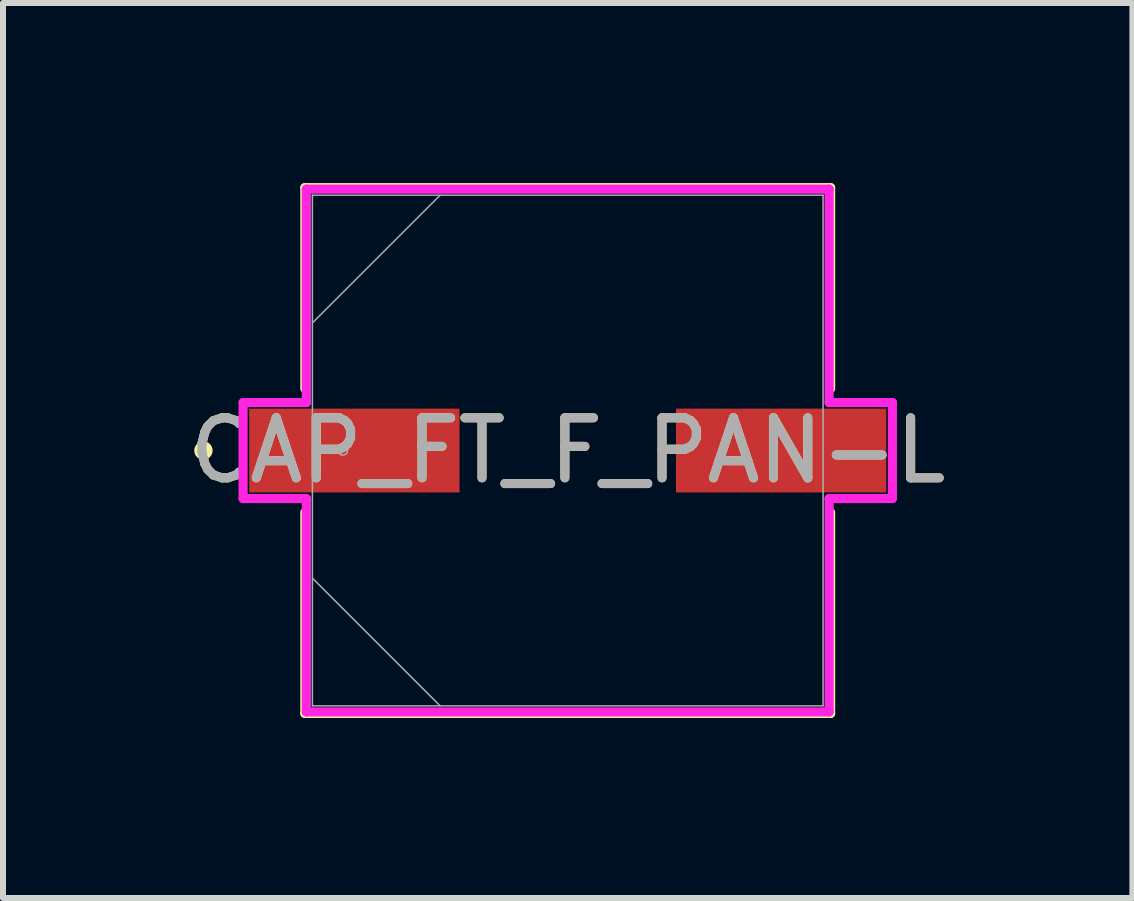
<source format=kicad_pcb>
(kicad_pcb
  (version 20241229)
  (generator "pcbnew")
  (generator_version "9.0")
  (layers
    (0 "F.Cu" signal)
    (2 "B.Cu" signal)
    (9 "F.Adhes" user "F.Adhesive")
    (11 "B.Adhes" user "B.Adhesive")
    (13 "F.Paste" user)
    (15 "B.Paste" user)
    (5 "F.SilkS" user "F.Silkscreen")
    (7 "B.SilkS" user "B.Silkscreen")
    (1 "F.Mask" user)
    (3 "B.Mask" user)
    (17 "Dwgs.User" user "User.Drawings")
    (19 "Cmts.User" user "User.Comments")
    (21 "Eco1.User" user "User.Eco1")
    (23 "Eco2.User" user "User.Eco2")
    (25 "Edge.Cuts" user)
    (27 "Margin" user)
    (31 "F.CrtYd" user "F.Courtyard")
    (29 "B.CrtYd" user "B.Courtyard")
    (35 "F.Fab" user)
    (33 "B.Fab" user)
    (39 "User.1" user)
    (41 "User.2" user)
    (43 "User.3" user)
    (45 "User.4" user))
  (footprint "CAP_FT_F_PAN-L"
    (layer "F.Cu")
    (at 6.411 4.458)
    (property "Reference" "CAP_FT_F_PAN-L" (at 0 0 0) (unlocked yes) (layer "F.SilkS") (effects (font (size 1 1) (thickness 0.15))))
    (attr smd)
    (fp_line (start -4.381 -4.381) (end -4.381 -1.031) (stroke (width 0.152) (type solid)) (layer "F.SilkS"))
    (fp_line (start -4.381 1.031) (end -4.381 4.381) (stroke (width 0.152) (type solid)) (layer "F.SilkS"))
    (fp_line (start -4.381 4.381) (end 4.381 4.381) (stroke (width 0.152) (type solid)) (layer "F.SilkS"))
    (fp_line (start 4.381 -4.381) (end -4.381 -4.381) (stroke (width 0.152) (type solid)) (layer "F.SilkS"))
    (fp_line (start 4.381 -1.031) (end 4.381 -4.381) (stroke (width 0.152) (type solid)) (layer "F.SilkS"))
    (fp_line (start 4.381 4.381) (end 4.381 1.031) (stroke (width 0.152) (type solid)) (layer "F.SilkS"))
    (fp_circle (center -6.071 0) (end -5.994 0) (stroke (width 0.152) (type solid)) (fill no) (layer "F.SilkS"))
    (fp_line (start -5.41 -0.8) (end -4.356 -0.8) (stroke (width 0.152) (type solid)) (layer "F.CrtYd"))
    (fp_line (start -5.41 0.8) (end -5.41 -0.8) (stroke (width 0.152) (type solid)) (layer "F.CrtYd"))
    (fp_line (start -4.356 -4.356) (end 4.356 -4.356) (stroke (width 0.152) (type solid)) (layer "F.CrtYd"))
    (fp_line (start -4.356 -0.8) (end -4.356 -4.356) (stroke (width 0.152) (type solid)) (layer "F.CrtYd"))
    (fp_line (start -4.356 0.8) (end -5.41 0.8) (stroke (width 0.152) (type solid)) (layer "F.CrtYd"))
    (fp_line (start -4.356 4.356) (end -4.356 0.8) (stroke (width 0.152) (type solid)) (layer "F.CrtYd"))
    (fp_line (start 4.356 -4.356) (end 4.356 -0.8) (stroke (width 0.152) (type solid)) (layer "F.CrtYd"))
    (fp_line (start 4.356 -0.8) (end 5.41 -0.8) (stroke (width 0.152) (type solid)) (layer "F.CrtYd"))
    (fp_line (start 4.356 0.8) (end 4.356 4.356) (stroke (width 0.152) (type solid)) (layer "F.CrtYd"))
    (fp_line (start 4.356 4.356) (end -4.356 4.356) (stroke (width 0.152) (type solid)) (layer "F.CrtYd"))
    (fp_line (start 5.41 -0.8) (end 5.41 0.8) (stroke (width 0.152) (type solid)) (layer "F.CrtYd"))
    (fp_line (start 5.41 0.8) (end 4.356 0.8) (stroke (width 0.152) (type solid)) (layer "F.CrtYd"))
    (fp_line (start -4.255 -4.255) (end -4.255 4.255) (stroke (width 0.025) (type solid)) (layer "F.Fab"))
    (fp_line (start -4.255 -2.127) (end -2.127 -4.255) (stroke (width 0.025) (type solid)) (layer "F.Fab"))
    (fp_line (start -4.255 2.127) (end -2.127 4.255) (stroke (width 0.025) (type solid)) (layer "F.Fab"))
    (fp_line (start -4.255 4.255) (end 4.255 4.255) (stroke (width 0.025) (type solid)) (layer "F.Fab"))
    (fp_line (start 4.255 -4.255) (end -4.255 -4.255) (stroke (width 0.025) (type solid)) (layer "F.Fab"))
    (fp_line (start 4.255 4.255) (end 4.255 -4.255) (stroke (width 0.025) (type solid)) (layer "F.Fab"))
    (fp_circle (center -3.747 0) (end -3.67 0) (stroke (width 0.025) (type solid)) (fill no) (layer "F.Fab"))
    (fp_text user "${REFERENCE}" (at 0 0 0) (unlocked yes) (layer "F.Fab") (effects (font (size 1 1) (thickness 0.15))))
    (pad "1" smd rect (at -3.556 0) (size 3.505 1.397) (layers "F.Cu" "F.Mask" "F.Paste"))
    (pad "2" smd rect (at 3.556 0) (size 3.505 1.397) (layers "F.Cu" "F.Mask" "F.Paste"))
    (zone (net_name "") (layer "F.Cu") (hatch full 0.508) (connect_pads) (min_thickness 0.254) (filled_areas_thickness no) (keepout (tracks not_allowed) (vias not_allowed) (pads allowed) (copperpour not_allowed) (footprints allowed)) (placement (enabled no)) (fill) (polygon (pts (xy 2.207 0.254) (xy 10.614 0.254) (xy 10.614 3.708) (xy 2.207 3.708))))
    (zone (net_name "") (layer "F.Cu") (hatch full 0.508) (connect_pads) (min_thickness 0.254) (filled_areas_thickness no) (keepout (tracks not_allowed) (vias not_allowed) (pads allowed) (copperpour not_allowed) (footprints allowed)) (placement (enabled no)) (fill) (polygon (pts (xy 2.207 5.207) (xy 10.614 5.207) (xy 10.614 8.661) (xy 2.207 8.661))))
    (zone (net_name "") (layer "F.Cu") (hatch full 0.508) (connect_pads) (min_thickness 0.254) (filled_areas_thickness no) (keepout (tracks not_allowed) (vias not_allowed) (pads allowed) (copperpour not_allowed) (footprints allowed)) (placement (enabled no)) (fill) (polygon (pts (xy 4.658 3.708) (xy 8.163 3.708) (xy 8.163 5.207) (xy 4.658 5.207)))))
  (gr_rect
    (start -3 -3)
    (end 15.821 11.915)
    (stroke (width 0.1) (type default))
    (fill no)
    (layer "Edge.Cuts")))
</source>
